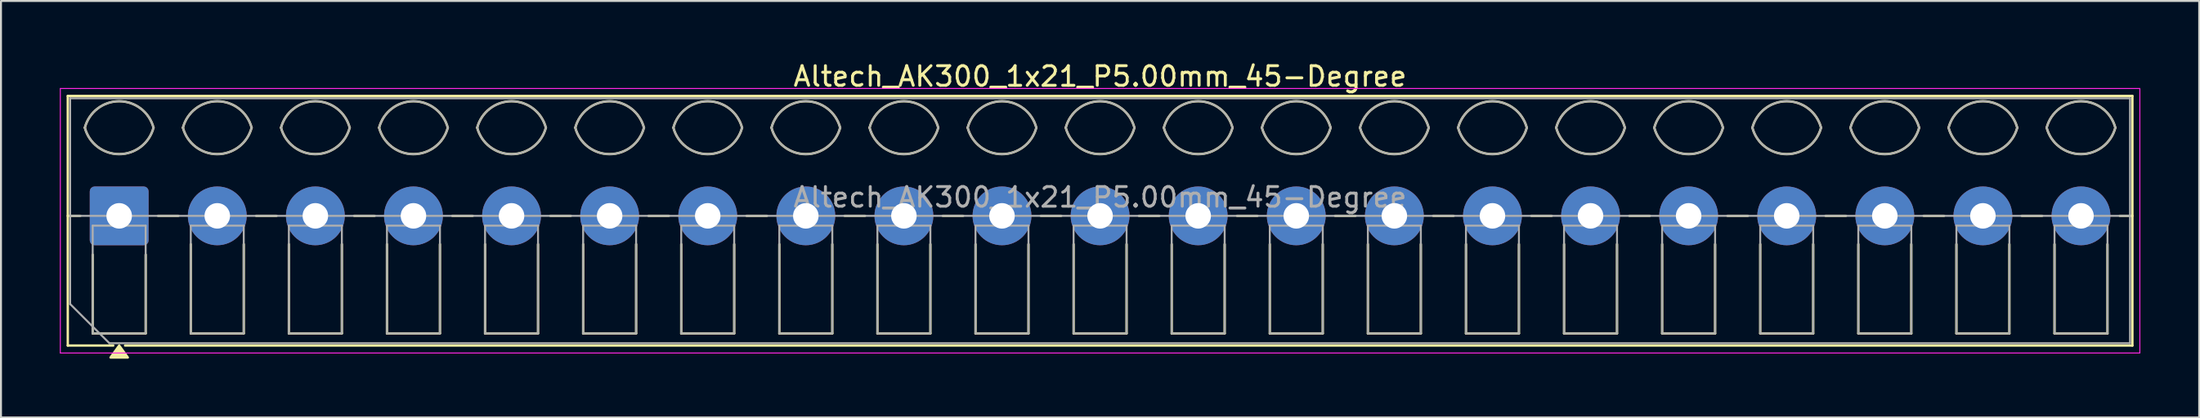
<source format=kicad_pcb>
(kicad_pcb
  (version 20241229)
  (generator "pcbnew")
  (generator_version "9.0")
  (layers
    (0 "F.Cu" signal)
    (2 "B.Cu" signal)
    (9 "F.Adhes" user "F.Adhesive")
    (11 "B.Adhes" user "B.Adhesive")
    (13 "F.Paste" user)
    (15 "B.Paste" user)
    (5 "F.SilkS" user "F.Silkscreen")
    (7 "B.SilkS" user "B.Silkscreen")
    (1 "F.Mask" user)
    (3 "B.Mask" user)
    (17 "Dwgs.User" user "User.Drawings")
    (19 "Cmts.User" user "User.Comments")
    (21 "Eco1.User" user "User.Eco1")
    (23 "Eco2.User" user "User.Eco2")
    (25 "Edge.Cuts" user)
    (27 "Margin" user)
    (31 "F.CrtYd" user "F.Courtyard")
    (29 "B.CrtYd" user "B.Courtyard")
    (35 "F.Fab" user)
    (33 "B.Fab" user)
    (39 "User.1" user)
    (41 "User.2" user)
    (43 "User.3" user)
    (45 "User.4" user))
  (footprint "Altech_AK300_1x21_P5.00mm_45-Degree"
    (layer "F.Cu")
    (at 3.025 7.968)
    (property "Reference" "Altech_AK300_1x21_P5.00mm_45-Degree" (at 50 -7.12 0) (layer "F.SilkS") (effects (font (size 1 1) (thickness 0.15))))
    (attr through_hole)
    (fp_line (start -2.62 -6.12) (end 102.62 -6.12) (stroke (width 0.12) (type solid)) (layer "F.SilkS"))
    (fp_line (start -2.62 0) (end -1.98 0) (stroke (width 0.12) (type solid)) (layer "F.SilkS"))
    (fp_line (start -2.62 6.62) (end -2.62 -6.12) (stroke (width 0.12) (type solid)) (layer "F.SilkS"))
    (fp_line (start -1.35 6) (end -1.35 1.98) (stroke (width 0.12) (type solid)) (layer "F.SilkS"))
    (fp_line (start -0.3 6.62) (end -2.62 6.62) (stroke (width 0.12) (type solid)) (layer "F.SilkS"))
    (fp_line (start 1.35 1.98) (end 1.35 6) (stroke (width 0.12) (type solid)) (layer "F.SilkS"))
    (fp_line (start 1.35 6) (end -1.35 6) (stroke (width 0.12) (type solid)) (layer "F.SilkS"))
    (fp_line (start 1.98 0) (end 3.02 0) (stroke (width 0.12) (type solid)) (layer "F.SilkS"))
    (fp_line (start 3.65 6) (end 3.65 1.448) (stroke (width 0.12) (type solid)) (layer "F.SilkS"))
    (fp_line (start 6.35 1.448) (end 6.35 6) (stroke (width 0.12) (type solid)) (layer "F.SilkS"))
    (fp_line (start 6.35 6) (end 3.65 6) (stroke (width 0.12) (type solid)) (layer "F.SilkS"))
    (fp_line (start 6.98 0) (end 8.02 0) (stroke (width 0.12) (type solid)) (layer "F.SilkS"))
    (fp_line (start 8.65 6) (end 8.65 1.448) (stroke (width 0.12) (type solid)) (layer "F.SilkS"))
    (fp_line (start 11.35 1.448) (end 11.35 6) (stroke (width 0.12) (type solid)) (layer "F.SilkS"))
    (fp_line (start 11.35 6) (end 8.65 6) (stroke (width 0.12) (type solid)) (layer "F.SilkS"))
    (fp_line (start 11.98 0) (end 13.02 0) (stroke (width 0.12) (type solid)) (layer "F.SilkS"))
    (fp_line (start 13.65 6) (end 13.65 1.448) (stroke (width 0.12) (type solid)) (layer "F.SilkS"))
    (fp_line (start 16.35 1.448) (end 16.35 6) (stroke (width 0.12) (type solid)) (layer "F.SilkS"))
    (fp_line (start 16.35 6) (end 13.65 6) (stroke (width 0.12) (type solid)) (layer "F.SilkS"))
    (fp_line (start 16.98 0) (end 18.02 0) (stroke (width 0.12) (type solid)) (layer "F.SilkS"))
    (fp_line (start 18.65 6) (end 18.65 1.448) (stroke (width 0.12) (type solid)) (layer "F.SilkS"))
    (fp_line (start 21.35 1.448) (end 21.35 6) (stroke (width 0.12) (type solid)) (layer "F.SilkS"))
    (fp_line (start 21.35 6) (end 18.65 6) (stroke (width 0.12) (type solid)) (layer "F.SilkS"))
    (fp_line (start 21.98 0) (end 23.02 0) (stroke (width 0.12) (type solid)) (layer "F.SilkS"))
    (fp_line (start 23.65 6) (end 23.65 1.448) (stroke (width 0.12) (type solid)) (layer "F.SilkS"))
    (fp_line (start 26.35 1.448) (end 26.35 6) (stroke (width 0.12) (type solid)) (layer "F.SilkS"))
    (fp_line (start 26.35 6) (end 23.65 6) (stroke (width 0.12) (type solid)) (layer "F.SilkS"))
    (fp_line (start 26.98 0) (end 28.02 0) (stroke (width 0.12) (type solid)) (layer "F.SilkS"))
    (fp_line (start 28.65 6) (end 28.65 1.448) (stroke (width 0.12) (type solid)) (layer "F.SilkS"))
    (fp_line (start 31.35 1.448) (end 31.35 6) (stroke (width 0.12) (type solid)) (layer "F.SilkS"))
    (fp_line (start 31.35 6) (end 28.65 6) (stroke (width 0.12) (type solid)) (layer "F.SilkS"))
    (fp_line (start 31.98 0) (end 33.02 0) (stroke (width 0.12) (type solid)) (layer "F.SilkS"))
    (fp_line (start 33.65 6) (end 33.65 1.448) (stroke (width 0.12) (type solid)) (layer "F.SilkS"))
    (fp_line (start 36.35 1.448) (end 36.35 6) (stroke (width 0.12) (type solid)) (layer "F.SilkS"))
    (fp_line (start 36.35 6) (end 33.65 6) (stroke (width 0.12) (type solid)) (layer "F.SilkS"))
    (fp_line (start 36.98 0) (end 38.02 0) (stroke (width 0.12) (type solid)) (layer "F.SilkS"))
    (fp_line (start 38.65 6) (end 38.65 1.448) (stroke (width 0.12) (type solid)) (layer "F.SilkS"))
    (fp_line (start 41.35 1.448) (end 41.35 6) (stroke (width 0.12) (type solid)) (layer "F.SilkS"))
    (fp_line (start 41.35 6) (end 38.65 6) (stroke (width 0.12) (type solid)) (layer "F.SilkS"))
    (fp_line (start 41.98 0) (end 43.02 0) (stroke (width 0.12) (type solid)) (layer "F.SilkS"))
    (fp_line (start 43.65 6) (end 43.65 1.448) (stroke (width 0.12) (type solid)) (layer "F.SilkS"))
    (fp_line (start 46.35 1.448) (end 46.35 6) (stroke (width 0.12) (type solid)) (layer "F.SilkS"))
    (fp_line (start 46.35 6) (end 43.65 6) (stroke (width 0.12) (type solid)) (layer "F.SilkS"))
    (fp_line (start 46.98 0) (end 48.02 0) (stroke (width 0.12) (type solid)) (layer "F.SilkS"))
    (fp_line (start 48.65 6) (end 48.65 1.448) (stroke (width 0.12) (type solid)) (layer "F.SilkS"))
    (fp_line (start 51.35 1.448) (end 51.35 6) (stroke (width 0.12) (type solid)) (layer "F.SilkS"))
    (fp_line (start 51.35 6) (end 48.65 6) (stroke (width 0.12) (type solid)) (layer "F.SilkS"))
    (fp_line (start 51.98 0) (end 53.02 0) (stroke (width 0.12) (type solid)) (layer "F.SilkS"))
    (fp_line (start 53.65 6) (end 53.65 1.448) (stroke (width 0.12) (type solid)) (layer "F.SilkS"))
    (fp_line (start 56.35 1.448) (end 56.35 6) (stroke (width 0.12) (type solid)) (layer "F.SilkS"))
    (fp_line (start 56.35 6) (end 53.65 6) (stroke (width 0.12) (type solid)) (layer "F.SilkS"))
    (fp_line (start 56.98 0) (end 58.02 0) (stroke (width 0.12) (type solid)) (layer "F.SilkS"))
    (fp_line (start 58.65 6) (end 58.65 1.448) (stroke (width 0.12) (type solid)) (layer "F.SilkS"))
    (fp_line (start 61.35 1.448) (end 61.35 6) (stroke (width 0.12) (type solid)) (layer "F.SilkS"))
    (fp_line (start 61.35 6) (end 58.65 6) (stroke (width 0.12) (type solid)) (layer "F.SilkS"))
    (fp_line (start 61.98 0) (end 63.02 0) (stroke (width 0.12) (type solid)) (layer "F.SilkS"))
    (fp_line (start 63.65 6) (end 63.65 1.448) (stroke (width 0.12) (type solid)) (layer "F.SilkS"))
    (fp_line (start 66.35 1.448) (end 66.35 6) (stroke (width 0.12) (type solid)) (layer "F.SilkS"))
    (fp_line (start 66.35 6) (end 63.65 6) (stroke (width 0.12) (type solid)) (layer "F.SilkS"))
    (fp_line (start 66.98 0) (end 68.02 0) (stroke (width 0.12) (type solid)) (layer "F.SilkS"))
    (fp_line (start 68.65 6) (end 68.65 1.448) (stroke (width 0.12) (type solid)) (layer "F.SilkS"))
    (fp_line (start 71.35 1.448) (end 71.35 6) (stroke (width 0.12) (type solid)) (layer "F.SilkS"))
    (fp_line (start 71.35 6) (end 68.65 6) (stroke (width 0.12) (type solid)) (layer "F.SilkS"))
    (fp_line (start 71.98 0) (end 73.02 0) (stroke (width 0.12) (type solid)) (layer "F.SilkS"))
    (fp_line (start 73.65 6) (end 73.65 1.448) (stroke (width 0.12) (type solid)) (layer "F.SilkS"))
    (fp_line (start 76.35 1.448) (end 76.35 6) (stroke (width 0.12) (type solid)) (layer "F.SilkS"))
    (fp_line (start 76.35 6) (end 73.65 6) (stroke (width 0.12) (type solid)) (layer "F.SilkS"))
    (fp_line (start 76.98 0) (end 78.02 0) (stroke (width 0.12) (type solid)) (layer "F.SilkS"))
    (fp_line (start 78.65 6) (end 78.65 1.448) (stroke (width 0.12) (type solid)) (layer "F.SilkS"))
    (fp_line (start 81.35 1.448) (end 81.35 6) (stroke (width 0.12) (type solid)) (layer "F.SilkS"))
    (fp_line (start 81.35 6) (end 78.65 6) (stroke (width 0.12) (type solid)) (layer "F.SilkS"))
    (fp_line (start 81.98 0) (end 83.02 0) (stroke (width 0.12) (type solid)) (layer "F.SilkS"))
    (fp_line (start 83.65 6) (end 83.65 1.448) (stroke (width 0.12) (type solid)) (layer "F.SilkS"))
    (fp_line (start 86.35 1.448) (end 86.35 6) (stroke (width 0.12) (type solid)) (layer "F.SilkS"))
    (fp_line (start 86.35 6) (end 83.65 6) (stroke (width 0.12) (type solid)) (layer "F.SilkS"))
    (fp_line (start 86.98 0) (end 88.02 0) (stroke (width 0.12) (type solid)) (layer "F.SilkS"))
    (fp_line (start 88.65 6) (end 88.65 1.448) (stroke (width 0.12) (type solid)) (layer "F.SilkS"))
    (fp_line (start 91.35 1.448) (end 91.35 6) (stroke (width 0.12) (type solid)) (layer "F.SilkS"))
    (fp_line (start 91.35 6) (end 88.65 6) (stroke (width 0.12) (type solid)) (layer "F.SilkS"))
    (fp_line (start 91.98 0) (end 93.02 0) (stroke (width 0.12) (type solid)) (layer "F.SilkS"))
    (fp_line (start 93.65 6) (end 93.65 1.448) (stroke (width 0.12) (type solid)) (layer "F.SilkS"))
    (fp_line (start 96.35 1.448) (end 96.35 6) (stroke (width 0.12) (type solid)) (layer "F.SilkS"))
    (fp_line (start 96.35 6) (end 93.65 6) (stroke (width 0.12) (type solid)) (layer "F.SilkS"))
    (fp_line (start 96.98 0) (end 98.02 0) (stroke (width 0.12) (type solid)) (layer "F.SilkS"))
    (fp_line (start 98.65 6) (end 98.65 1.448) (stroke (width 0.12) (type solid)) (layer "F.SilkS"))
    (fp_line (start 101.35 1.448) (end 101.35 6) (stroke (width 0.12) (type solid)) (layer "F.SilkS"))
    (fp_line (start 101.35 6) (end 98.65 6) (stroke (width 0.12) (type solid)) (layer "F.SilkS"))
    (fp_line (start 101.98 0) (end 102.62 0) (stroke (width 0.12) (type solid)) (layer "F.SilkS"))
    (fp_line (start 102.62 -6.12) (end 102.62 6.62) (stroke (width 0.12) (type solid)) (layer "F.SilkS"))
    (fp_line (start 102.62 6.62) (end 0.3 6.62) (stroke (width 0.12) (type solid)) (layer "F.SilkS"))
    (fp_arc (start -1.75 -4.5) (mid 0 -5.85) (end 1.75 -4.5) (stroke (width 0.12) (type solid)) (layer "F.SilkS"))
    (fp_arc (start 1.75 -4.5) (mid 0 -3.15) (end -1.75 -4.5) (stroke (width 0.12) (type solid)) (layer "F.SilkS"))
    (fp_arc (start 3.25 -4.5) (mid 5 -5.85) (end 6.75 -4.5) (stroke (width 0.12) (type solid)) (layer "F.SilkS"))
    (fp_arc (start 6.75 -4.5) (mid 5 -3.15) (end 3.25 -4.5) (stroke (width 0.12) (type solid)) (layer "F.SilkS"))
    (fp_arc (start 8.25 -4.5) (mid 10 -5.85) (end 11.75 -4.5) (stroke (width 0.12) (type solid)) (layer "F.SilkS"))
    (fp_arc (start 11.75 -4.5) (mid 10 -3.15) (end 8.25 -4.5) (stroke (width 0.12) (type solid)) (layer "F.SilkS"))
    (fp_arc (start 13.25 -4.5) (mid 15 -5.85) (end 16.75 -4.5) (stroke (width 0.12) (type solid)) (layer "F.SilkS"))
    (fp_arc (start 16.75 -4.5) (mid 15 -3.15) (end 13.25 -4.5) (stroke (width 0.12) (type solid)) (layer "F.SilkS"))
    (fp_arc (start 18.25 -4.5) (mid 20 -5.85) (end 21.75 -4.5) (stroke (width 0.12) (type solid)) (layer "F.SilkS"))
    (fp_arc (start 21.75 -4.5) (mid 20 -3.15) (end 18.25 -4.5) (stroke (width 0.12) (type solid)) (layer "F.SilkS"))
    (fp_arc (start 23.25 -4.5) (mid 25 -5.85) (end 26.75 -4.5) (stroke (width 0.12) (type solid)) (layer "F.SilkS"))
    (fp_arc (start 26.75 -4.5) (mid 25 -3.15) (end 23.25 -4.5) (stroke (width 0.12) (type solid)) (layer "F.SilkS"))
    (fp_arc (start 28.25 -4.5) (mid 30 -5.85) (end 31.75 -4.5) (stroke (width 0.12) (type solid)) (layer "F.SilkS"))
    (fp_arc (start 31.75 -4.5) (mid 30 -3.15) (end 28.25 -4.5) (stroke (width 0.12) (type solid)) (layer "F.SilkS"))
    (fp_arc (start 33.25 -4.5) (mid 35 -5.85) (end 36.75 -4.5) (stroke (width 0.12) (type solid)) (layer "F.SilkS"))
    (fp_arc (start 36.75 -4.5) (mid 35 -3.15) (end 33.25 -4.5) (stroke (width 0.12) (type solid)) (layer "F.SilkS"))
    (fp_arc (start 38.25 -4.5) (mid 40 -5.85) (end 41.75 -4.5) (stroke (width 0.12) (type solid)) (layer "F.SilkS"))
    (fp_arc (start 41.75 -4.5) (mid 40 -3.15) (end 38.25 -4.5) (stroke (width 0.12) (type solid)) (layer "F.SilkS"))
    (fp_arc (start 43.25 -4.5) (mid 45 -5.85) (end 46.75 -4.5) (stroke (width 0.12) (type solid)) (layer "F.SilkS"))
    (fp_arc (start 46.75 -4.5) (mid 45 -3.15) (end 43.25 -4.5) (stroke (width 0.12) (type solid)) (layer "F.SilkS"))
    (fp_arc (start 48.25 -4.5) (mid 50 -5.85) (end 51.75 -4.5) (stroke (width 0.12) (type solid)) (layer "F.SilkS"))
    (fp_arc (start 51.75 -4.5) (mid 50 -3.15) (end 48.25 -4.5) (stroke (width 0.12) (type solid)) (layer "F.SilkS"))
    (fp_arc (start 53.25 -4.5) (mid 55 -5.85) (end 56.75 -4.5) (stroke (width 0.12) (type solid)) (layer "F.SilkS"))
    (fp_arc (start 56.75 -4.5) (mid 55 -3.15) (end 53.25 -4.5) (stroke (width 0.12) (type solid)) (layer "F.SilkS"))
    (fp_arc (start 58.25 -4.5) (mid 60 -5.85) (end 61.75 -4.5) (stroke (width 0.12) (type solid)) (layer "F.SilkS"))
    (fp_arc (start 61.75 -4.5) (mid 60 -3.15) (end 58.25 -4.5) (stroke (width 0.12) (type solid)) (layer "F.SilkS"))
    (fp_arc (start 63.25 -4.5) (mid 65 -5.85) (end 66.75 -4.5) (stroke (width 0.12) (type solid)) (layer "F.SilkS"))
    (fp_arc (start 66.75 -4.5) (mid 65 -3.15) (end 63.25 -4.5) (stroke (width 0.12) (type solid)) (layer "F.SilkS"))
    (fp_arc (start 68.25 -4.5) (mid 70 -5.85) (end 71.75 -4.5) (stroke (width 0.12) (type solid)) (layer "F.SilkS"))
    (fp_arc (start 71.75 -4.5) (mid 70 -3.15) (end 68.25 -4.5) (stroke (width 0.12) (type solid)) (layer "F.SilkS"))
    (fp_arc (start 73.25 -4.5) (mid 75 -5.85) (end 76.75 -4.5) (stroke (width 0.12) (type solid)) (layer "F.SilkS"))
    (fp_arc (start 76.75 -4.5) (mid 75 -3.15) (end 73.25 -4.5) (stroke (width 0.12) (type solid)) (layer "F.SilkS"))
    (fp_arc (start 78.25 -4.5) (mid 80 -5.85) (end 81.75 -4.5) (stroke (width 0.12) (type solid)) (layer "F.SilkS"))
    (fp_arc (start 81.75 -4.5) (mid 80 -3.15) (end 78.25 -4.5) (stroke (width 0.12) (type solid)) (layer "F.SilkS"))
    (fp_arc (start 83.25 -4.5) (mid 85 -5.85) (end 86.75 -4.5) (stroke (width 0.12) (type solid)) (layer "F.SilkS"))
    (fp_arc (start 86.75 -4.5) (mid 85 -3.15) (end 83.25 -4.5) (stroke (width 0.12) (type solid)) (layer "F.SilkS"))
    (fp_arc (start 88.25 -4.5) (mid 90 -5.85) (end 91.75 -4.5) (stroke (width 0.12) (type solid)) (layer "F.SilkS"))
    (fp_arc (start 91.75 -4.5) (mid 90 -3.15) (end 88.25 -4.5) (stroke (width 0.12) (type solid)) (layer "F.SilkS"))
    (fp_arc (start 93.25 -4.5) (mid 95 -5.85) (end 96.75 -4.5) (stroke (width 0.12) (type solid)) (layer "F.SilkS"))
    (fp_arc (start 96.75 -4.5) (mid 95 -3.15) (end 93.25 -4.5) (stroke (width 0.12) (type solid)) (layer "F.SilkS"))
    (fp_arc (start 98.25 -4.5) (mid 100 -5.85) (end 101.75 -4.5) (stroke (width 0.12) (type solid)) (layer "F.SilkS"))
    (fp_arc (start 101.75 -4.5) (mid 100 -3.15) (end 98.25 -4.5) (stroke (width 0.12) (type solid)) (layer "F.SilkS"))
    (fp_poly (pts (xy 0 6.62) (xy 0.44 7.23) (xy -0.44 7.23)) (stroke (width 0.12) (type solid)) (fill yes) (layer "F.SilkS"))
    (fp_line (start -3 -6.5) (end -3 7) (stroke (width 0.05) (type solid)) (layer "F.CrtYd"))
    (fp_line (start -3 7) (end 103 7) (stroke (width 0.05) (type solid)) (layer "F.CrtYd"))
    (fp_line (start 103 -6.5) (end -3 -6.5) (stroke (width 0.05) (type solid)) (layer "F.CrtYd"))
    (fp_line (start 103 7) (end 103 -6.5) (stroke (width 0.05) (type solid)) (layer "F.CrtYd"))
    (fp_line (start -2.5 -6) (end 102.5 -6) (stroke (width 0.1) (type solid)) (layer "F.Fab"))
    (fp_line (start -2.5 0) (end 102.5 0) (stroke (width 0.1) (type solid)) (layer "F.Fab"))
    (fp_line (start -2.5 4.5) (end -2.5 -6) (stroke (width 0.1) (type solid)) (layer "F.Fab"))
    (fp_line (start -1.35 0.5) (end -1.35 6) (stroke (width 0.1) (type solid)) (layer "F.Fab"))
    (fp_line (start -1.35 6) (end 1.35 6) (stroke (width 0.1) (type solid)) (layer "F.Fab"))
    (fp_line (start -0.5 6.5) (end -2.5 4.5) (stroke (width 0.1) (type solid)) (layer "F.Fab"))
    (fp_line (start 1.35 0.5) (end -1.35 0.5) (stroke (width 0.1) (type solid)) (layer "F.Fab"))
    (fp_line (start 1.35 6) (end 1.35 0.5) (stroke (width 0.1) (type solid)) (layer "F.Fab"))
    (fp_line (start 3.65 0.5) (end 3.65 6) (stroke (width 0.1) (type solid)) (layer "F.Fab"))
    (fp_line (start 3.65 6) (end 6.35 6) (stroke (width 0.1) (type solid)) (layer "F.Fab"))
    (fp_line (start 6.35 0.5) (end 3.65 0.5) (stroke (width 0.1) (type solid)) (layer "F.Fab"))
    (fp_line (start 6.35 6) (end 6.35 0.5) (stroke (width 0.1) (type solid)) (layer "F.Fab"))
    (fp_line (start 8.65 0.5) (end 8.65 6) (stroke (width 0.1) (type solid)) (layer "F.Fab"))
    (fp_line (start 8.65 6) (end 11.351 6) (stroke (width 0.1) (type solid)) (layer "F.Fab"))
    (fp_line (start 11.351 0.5) (end 8.65 0.5) (stroke (width 0.1) (type solid)) (layer "F.Fab"))
    (fp_line (start 11.351 6) (end 11.351 0.5) (stroke (width 0.1) (type solid)) (layer "F.Fab"))
    (fp_line (start 13.65 0.5) (end 13.65 6) (stroke (width 0.1) (type solid)) (layer "F.Fab"))
    (fp_line (start 13.65 6) (end 16.351 6) (stroke (width 0.1) (type solid)) (layer "F.Fab"))
    (fp_line (start 16.351 0.5) (end 13.65 0.5) (stroke (width 0.1) (type solid)) (layer "F.Fab"))
    (fp_line (start 16.351 6) (end 16.351 0.5) (stroke (width 0.1) (type solid)) (layer "F.Fab"))
    (fp_line (start 18.65 0.5) (end 18.65 6) (stroke (width 0.1) (type solid)) (layer "F.Fab"))
    (fp_line (start 18.65 6) (end 21.35 6) (stroke (width 0.1) (type solid)) (layer "F.Fab"))
    (fp_line (start 21.35 0.5) (end 18.65 0.5) (stroke (width 0.1) (type solid)) (layer "F.Fab"))
    (fp_line (start 21.35 6) (end 21.35 0.5) (stroke (width 0.1) (type solid)) (layer "F.Fab"))
    (fp_line (start 23.65 0.5) (end 23.65 6) (stroke (width 0.1) (type solid)) (layer "F.Fab"))
    (fp_line (start 23.65 6) (end 26.35 6) (stroke (width 0.1) (type solid)) (layer "F.Fab"))
    (fp_line (start 26.35 0.5) (end 23.65 0.5) (stroke (width 0.1) (type solid)) (layer "F.Fab"))
    (fp_line (start 26.35 6) (end 26.35 0.5) (stroke (width 0.1) (type solid)) (layer "F.Fab"))
    (fp_line (start 28.65 0.5) (end 28.65 6) (stroke (width 0.1) (type solid)) (layer "F.Fab"))
    (fp_line (start 28.65 6) (end 31.35 6) (stroke (width 0.1) (type solid)) (layer "F.Fab"))
    (fp_line (start 31.35 0.5) (end 28.65 0.5) (stroke (width 0.1) (type solid)) (layer "F.Fab"))
    (fp_line (start 31.35 6) (end 31.35 0.5) (stroke (width 0.1) (type solid)) (layer "F.Fab"))
    (fp_line (start 33.65 0.5) (end 33.65 6) (stroke (width 0.1) (type solid)) (layer "F.Fab"))
    (fp_line (start 33.65 6) (end 36.35 6) (stroke (width 0.1) (type solid)) (layer "F.Fab"))
    (fp_line (start 36.35 0.5) (end 33.65 0.5) (stroke (width 0.1) (type solid)) (layer "F.Fab"))
    (fp_line (start 36.35 6) (end 36.35 0.5) (stroke (width 0.1) (type solid)) (layer "F.Fab"))
    (fp_line (start 38.65 0.5) (end 38.65 6) (stroke (width 0.1) (type solid)) (layer "F.Fab"))
    (fp_line (start 38.65 6) (end 41.35 6) (stroke (width 0.1) (type solid)) (layer "F.Fab"))
    (fp_line (start 41.35 0.5) (end 38.65 0.5) (stroke (width 0.1) (type solid)) (layer "F.Fab"))
    (fp_line (start 41.35 6) (end 41.35 0.5) (stroke (width 0.1) (type solid)) (layer "F.Fab"))
    (fp_line (start 43.65 0.5) (end 43.65 6) (stroke (width 0.1) (type solid)) (layer "F.Fab"))
    (fp_line (start 43.65 6) (end 46.35 6) (stroke (width 0.1) (type solid)) (layer "F.Fab"))
    (fp_line (start 46.35 0.5) (end 43.65 0.5) (stroke (width 0.1) (type solid)) (layer "F.Fab"))
    (fp_line (start 46.35 6) (end 46.35 0.5) (stroke (width 0.1) (type solid)) (layer "F.Fab"))
    (fp_line (start 48.65 0.5) (end 48.65 6) (stroke (width 0.1) (type solid)) (layer "F.Fab"))
    (fp_line (start 48.65 6) (end 51.35 6) (stroke (width 0.1) (type solid)) (layer "F.Fab"))
    (fp_line (start 51.35 0.5) (end 48.65 0.5) (stroke (width 0.1) (type solid)) (layer "F.Fab"))
    (fp_line (start 51.35 6) (end 51.35 0.5) (stroke (width 0.1) (type solid)) (layer "F.Fab"))
    (fp_line (start 53.65 0.5) (end 53.65 6) (stroke (width 0.1) (type solid)) (layer "F.Fab"))
    (fp_line (start 53.65 6) (end 56.35 6) (stroke (width 0.1) (type solid)) (layer "F.Fab"))
    (fp_line (start 56.35 0.5) (end 53.65 0.5) (stroke (width 0.1) (type solid)) (layer "F.Fab"))
    (fp_line (start 56.35 6) (end 56.35 0.5) (stroke (width 0.1) (type solid)) (layer "F.Fab"))
    (fp_line (start 58.65 0.5) (end 58.65 6) (stroke (width 0.1) (type solid)) (layer "F.Fab"))
    (fp_line (start 58.65 6) (end 61.35 6) (stroke (width 0.1) (type solid)) (layer "F.Fab"))
    (fp_line (start 61.35 0.5) (end 58.65 0.5) (stroke (width 0.1) (type solid)) (layer "F.Fab"))
    (fp_line (start 61.35 6) (end 61.35 0.5) (stroke (width 0.1) (type solid)) (layer "F.Fab"))
    (fp_line (start 63.65 0.5) (end 63.65 6) (stroke (width 0.1) (type solid)) (layer "F.Fab"))
    (fp_line (start 63.65 6) (end 66.35 6) (stroke (width 0.1) (type solid)) (layer "F.Fab"))
    (fp_line (start 66.35 0.5) (end 63.65 0.5) (stroke (width 0.1) (type solid)) (layer "F.Fab"))
    (fp_line (start 66.35 6) (end 66.35 0.5) (stroke (width 0.1) (type solid)) (layer "F.Fab"))
    (fp_line (start 68.65 0.5) (end 68.65 6) (stroke (width 0.1) (type solid)) (layer "F.Fab"))
    (fp_line (start 68.65 6) (end 71.35 6) (stroke (width 0.1) (type solid)) (layer "F.Fab"))
    (fp_line (start 71.35 0.5) (end 68.65 0.5) (stroke (width 0.1) (type solid)) (layer "F.Fab"))
    (fp_line (start 71.35 6) (end 71.35 0.5) (stroke (width 0.1) (type solid)) (layer "F.Fab"))
    (fp_line (start 73.65 0.5) (end 73.65 6) (stroke (width 0.1) (type solid)) (layer "F.Fab"))
    (fp_line (start 73.65 6) (end 76.35 6) (stroke (width 0.1) (type solid)) (layer "F.Fab"))
    (fp_line (start 76.35 0.5) (end 73.65 0.5) (stroke (width 0.1) (type solid)) (layer "F.Fab"))
    (fp_line (start 76.35 6) (end 76.35 0.5) (stroke (width 0.1) (type solid)) (layer "F.Fab"))
    (fp_line (start 78.65 0.5) (end 78.65 6) (stroke (width 0.1) (type solid)) (layer "F.Fab"))
    (fp_line (start 78.65 6) (end 81.35 6) (stroke (width 0.1) (type solid)) (layer "F.Fab"))
    (fp_line (start 81.35 0.5) (end 78.65 0.5) (stroke (width 0.1) (type solid)) (layer "F.Fab"))
    (fp_line (start 81.35 6) (end 81.35 0.5) (stroke (width 0.1) (type solid)) (layer "F.Fab"))
    (fp_line (start 83.65 0.5) (end 83.65 6) (stroke (width 0.1) (type solid)) (layer "F.Fab"))
    (fp_line (start 83.65 6) (end 86.35 6) (stroke (width 0.1) (type solid)) (layer "F.Fab"))
    (fp_line (start 86.35 0.5) (end 83.65 0.5) (stroke (width 0.1) (type solid)) (layer "F.Fab"))
    (fp_line (start 86.35 6) (end 86.35 0.5) (stroke (width 0.1) (type solid)) (layer "F.Fab"))
    (fp_line (start 88.65 0.5) (end 88.65 6) (stroke (width 0.1) (type solid)) (layer "F.Fab"))
    (fp_line (start 88.65 6) (end 91.35 6) (stroke (width 0.1) (type solid)) (layer "F.Fab"))
    (fp_line (start 91.35 0.5) (end 88.65 0.5) (stroke (width 0.1) (type solid)) (layer "F.Fab"))
    (fp_line (start 91.35 6) (end 91.35 0.5) (stroke (width 0.1) (type solid)) (layer "F.Fab"))
    (fp_line (start 93.65 0.5) (end 93.65 6) (stroke (width 0.1) (type solid)) (layer "F.Fab"))
    (fp_line (start 93.65 6) (end 96.35 6) (stroke (width 0.1) (type solid)) (layer "F.Fab"))
    (fp_line (start 96.35 0.5) (end 93.65 0.5) (stroke (width 0.1) (type solid)) (layer "F.Fab"))
    (fp_line (start 96.35 6) (end 96.35 0.5) (stroke (width 0.1) (type solid)) (layer "F.Fab"))
    (fp_line (start 98.65 0.5) (end 98.65 6) (stroke (width 0.1) (type solid)) (layer "F.Fab"))
    (fp_line (start 98.65 6) (end 101.35 6) (stroke (width 0.1) (type solid)) (layer "F.Fab"))
    (fp_line (start 101.35 0.5) (end 98.65 0.5) (stroke (width 0.1) (type solid)) (layer "F.Fab"))
    (fp_line (start 101.35 6) (end 101.35 0.5) (stroke (width 0.1) (type solid)) (layer "F.Fab"))
    (fp_line (start 102.5 -6) (end 102.5 6.5) (stroke (width 0.1) (type solid)) (layer "F.Fab"))
    (fp_line (start 102.5 6.5) (end -0.5 6.5) (stroke (width 0.1) (type solid)) (layer "F.Fab"))
    (fp_arc (start -1.75 -4.5) (mid 0 -5.85) (end 1.75 -4.5) (stroke (width 0.1) (type solid)) (layer "F.Fab"))
    (fp_arc (start 1.75 -4.5) (mid 0 -3.15) (end -1.75 -4.5) (stroke (width 0.1) (type solid)) (layer "F.Fab"))
    (fp_arc (start 3.25 -4.5) (mid 5 -5.85) (end 6.75 -4.5) (stroke (width 0.1) (type solid)) (layer "F.Fab"))
    (fp_arc (start 6.75 -4.5) (mid 5 -3.15) (end 3.25 -4.5) (stroke (width 0.1) (type solid)) (layer "F.Fab"))
    (fp_arc (start 8.25 -4.5) (mid 10 -5.85) (end 11.75 -4.5) (stroke (width 0.1) (type solid)) (layer "F.Fab"))
    (fp_arc (start 11.75 -4.5) (mid 10 -3.15) (end 8.25 -4.5) (stroke (width 0.1) (type solid)) (layer "F.Fab"))
    (fp_arc (start 13.25 -4.5) (mid 15 -5.85) (end 16.75 -4.5) (stroke (width 0.1) (type solid)) (layer "F.Fab"))
    (fp_arc (start 16.75 -4.5) (mid 15 -3.15) (end 13.25 -4.5) (stroke (width 0.1) (type solid)) (layer "F.Fab"))
    (fp_arc (start 18.25 -4.5) (mid 20 -5.85) (end 21.75 -4.5) (stroke (width 0.1) (type solid)) (layer "F.Fab"))
    (fp_arc (start 21.75 -4.5) (mid 20 -3.15) (end 18.25 -4.5) (stroke (width 0.1) (type solid)) (layer "F.Fab"))
    (fp_arc (start 23.25 -4.5) (mid 25 -5.85) (end 26.75 -4.5) (stroke (width 0.1) (type solid)) (layer "F.Fab"))
    (fp_arc (start 26.75 -4.5) (mid 25 -3.15) (end 23.25 -4.5) (stroke (width 0.1) (type solid)) (layer "F.Fab"))
    (fp_arc (start 28.25 -4.5) (mid 30 -5.85) (end 31.75 -4.5) (stroke (width 0.1) (type solid)) (layer "F.Fab"))
    (fp_arc (start 31.75 -4.5) (mid 30 -3.15) (end 28.25 -4.5) (stroke (width 0.1) (type solid)) (layer "F.Fab"))
    (fp_arc (start 33.25 -4.5) (mid 35 -5.85) (end 36.75 -4.5) (stroke (width 0.1) (type solid)) (layer "F.Fab"))
    (fp_arc (start 36.75 -4.5) (mid 35 -3.15) (end 33.25 -4.5) (stroke (width 0.1) (type solid)) (layer "F.Fab"))
    (fp_arc (start 38.25 -4.5) (mid 40 -5.85) (end 41.75 -4.5) (stroke (width 0.1) (type solid)) (layer "F.Fab"))
    (fp_arc (start 41.75 -4.5) (mid 40 -3.15) (end 38.25 -4.5) (stroke (width 0.1) (type solid)) (layer "F.Fab"))
    (fp_arc (start 43.25 -4.5) (mid 45 -5.85) (end 46.75 -4.5) (stroke (width 0.1) (type solid)) (layer "F.Fab"))
    (fp_arc (start 46.75 -4.5) (mid 45 -3.15) (end 43.25 -4.5) (stroke (width 0.1) (type solid)) (layer "F.Fab"))
    (fp_arc (start 48.25 -4.5) (mid 50 -5.85) (end 51.75 -4.5) (stroke (width 0.1) (type solid)) (layer "F.Fab"))
    (fp_arc (start 51.75 -4.5) (mid 50 -3.15) (end 48.25 -4.5) (stroke (width 0.1) (type solid)) (layer "F.Fab"))
    (fp_arc (start 53.25 -4.5) (mid 55 -5.85) (end 56.75 -4.5) (stroke (width 0.1) (type solid)) (layer "F.Fab"))
    (fp_arc (start 56.75 -4.5) (mid 55 -3.15) (end 53.25 -4.5) (stroke (width 0.1) (type solid)) (layer "F.Fab"))
    (fp_arc (start 58.25 -4.5) (mid 60 -5.85) (end 61.75 -4.5) (stroke (width 0.1) (type solid)) (layer "F.Fab"))
    (fp_arc (start 61.75 -4.5) (mid 60 -3.15) (end 58.25 -4.5) (stroke (width 0.1) (type solid)) (layer "F.Fab"))
    (fp_arc (start 63.25 -4.5) (mid 65 -5.85) (end 66.75 -4.5) (stroke (width 0.1) (type solid)) (layer "F.Fab"))
    (fp_arc (start 66.75 -4.5) (mid 65 -3.15) (end 63.25 -4.5) (stroke (width 0.1) (type solid)) (layer "F.Fab"))
    (fp_arc (start 68.25 -4.5) (mid 70 -5.85) (end 71.75 -4.5) (stroke (width 0.1) (type solid)) (layer "F.Fab"))
    (fp_arc (start 71.75 -4.5) (mid 70 -3.15) (end 68.25 -4.5) (stroke (width 0.1) (type solid)) (layer "F.Fab"))
    (fp_arc (start 73.25 -4.5) (mid 75 -5.85) (end 76.75 -4.5) (stroke (width 0.1) (type solid)) (layer "F.Fab"))
    (fp_arc (start 76.75 -4.5) (mid 75 -3.15) (end 73.25 -4.5) (stroke (width 0.1) (type solid)) (layer "F.Fab"))
    (fp_arc (start 78.25 -4.5) (mid 80 -5.85) (end 81.75 -4.5) (stroke (width 0.1) (type solid)) (layer "F.Fab"))
    (fp_arc (start 81.75 -4.5) (mid 80 -3.15) (end 78.25 -4.5) (stroke (width 0.1) (type solid)) (layer "F.Fab"))
    (fp_arc (start 83.25 -4.5) (mid 85 -5.85) (end 86.75 -4.5) (stroke (width 0.1) (type solid)) (layer "F.Fab"))
    (fp_arc (start 86.75 -4.5) (mid 85 -3.15) (end 83.25 -4.5) (stroke (width 0.1) (type solid)) (layer "F.Fab"))
    (fp_arc (start 88.25 -4.5) (mid 90 -5.85) (end 91.75 -4.5) (stroke (width 0.1) (type solid)) (layer "F.Fab"))
    (fp_arc (start 91.75 -4.5) (mid 90 -3.15) (end 88.25 -4.5) (stroke (width 0.1) (type solid)) (layer "F.Fab"))
    (fp_arc (start 93.25 -4.5) (mid 95 -5.85) (end 96.75 -4.5) (stroke (width 0.1) (type solid)) (layer "F.Fab"))
    (fp_arc (start 96.75 -4.5) (mid 95 -3.15) (end 93.25 -4.5) (stroke (width 0.1) (type solid)) (layer "F.Fab"))
    (fp_arc (start 98.25 -4.5) (mid 100 -5.85) (end 101.75 -4.5) (stroke (width 0.1) (type solid)) (layer "F.Fab"))
    (fp_arc (start 101.75 -4.5) (mid 100 -3.15) (end 98.25 -4.5) (stroke (width 0.1) (type solid)) (layer "F.Fab"))
    (fp_text user "${REFERENCE}" (at 50 -0.95 0) (layer "F.Fab") (effects (font (size 1 1) (thickness 0.15))))
    (pad "1" thru_hole roundrect (at 0 0) (size 3 3) (drill 1.3) (layers "*.Cu" "*.Mask") (roundrect_rratio 0.083))
    (pad "2" thru_hole circle (at 5 0) (size 3 3) (drill 1.3) (layers "*.Cu" "*.Mask"))
    (pad "3" thru_hole circle (at 10 0) (size 3 3) (drill 1.3) (layers "*.Cu" "*.Mask"))
    (pad "4" thru_hole circle (at 15 0) (size 3 3) (drill 1.3) (layers "*.Cu" "*.Mask"))
    (pad "5" thru_hole circle (at 20 0) (size 3 3) (drill 1.3) (layers "*.Cu" "*.Mask"))
    (pad "6" thru_hole circle (at 25 0) (size 3 3) (drill 1.3) (layers "*.Cu" "*.Mask"))
    (pad "7" thru_hole circle (at 30 0) (size 3 3) (drill 1.3) (layers "*.Cu" "*.Mask"))
    (pad "8" thru_hole circle (at 35 0) (size 3 3) (drill 1.3) (layers "*.Cu" "*.Mask"))
    (pad "9" thru_hole circle (at 40 0) (size 3 3) (drill 1.3) (layers "*.Cu" "*.Mask"))
    (pad "10" thru_hole circle (at 45 0) (size 3 3) (drill 1.3) (layers "*.Cu" "*.Mask"))
    (pad "11" thru_hole circle (at 50 0) (size 3 3) (drill 1.3) (layers "*.Cu" "*.Mask"))
    (pad "12" thru_hole circle (at 55 0) (size 3 3) (drill 1.3) (layers "*.Cu" "*.Mask"))
    (pad "13" thru_hole circle (at 60 0) (size 3 3) (drill 1.3) (layers "*.Cu" "*.Mask"))
    (pad "14" thru_hole circle (at 65 0) (size 3 3) (drill 1.3) (layers "*.Cu" "*.Mask"))
    (pad "15" thru_hole circle (at 70 0) (size 3 3) (drill 1.3) (layers "*.Cu" "*.Mask"))
    (pad "16" thru_hole circle (at 75 0) (size 3 3) (drill 1.3) (layers "*.Cu" "*.Mask"))
    (pad "17" thru_hole circle (at 80 0) (size 3 3) (drill 1.3) (layers "*.Cu" "*.Mask"))
    (pad "18" thru_hole circle (at 85 0) (size 3 3) (drill 1.3) (layers "*.Cu" "*.Mask"))
    (pad "19" thru_hole circle (at 90 0) (size 3 3) (drill 1.3) (layers "*.Cu" "*.Mask"))
    (pad "20" thru_hole circle (at 95 0) (size 3 3) (drill 1.3) (layers "*.Cu" "*.Mask"))
    (pad "21" thru_hole circle (at 100 0) (size 3 3) (drill 1.3) (layers "*.Cu" "*.Mask")))
  (gr_rect
    (start -3 -3)
    (end 109.05 18.258)
    (stroke (width 0.1) (type default))
    (fill no)
    (layer "Edge.Cuts")))
</source>
